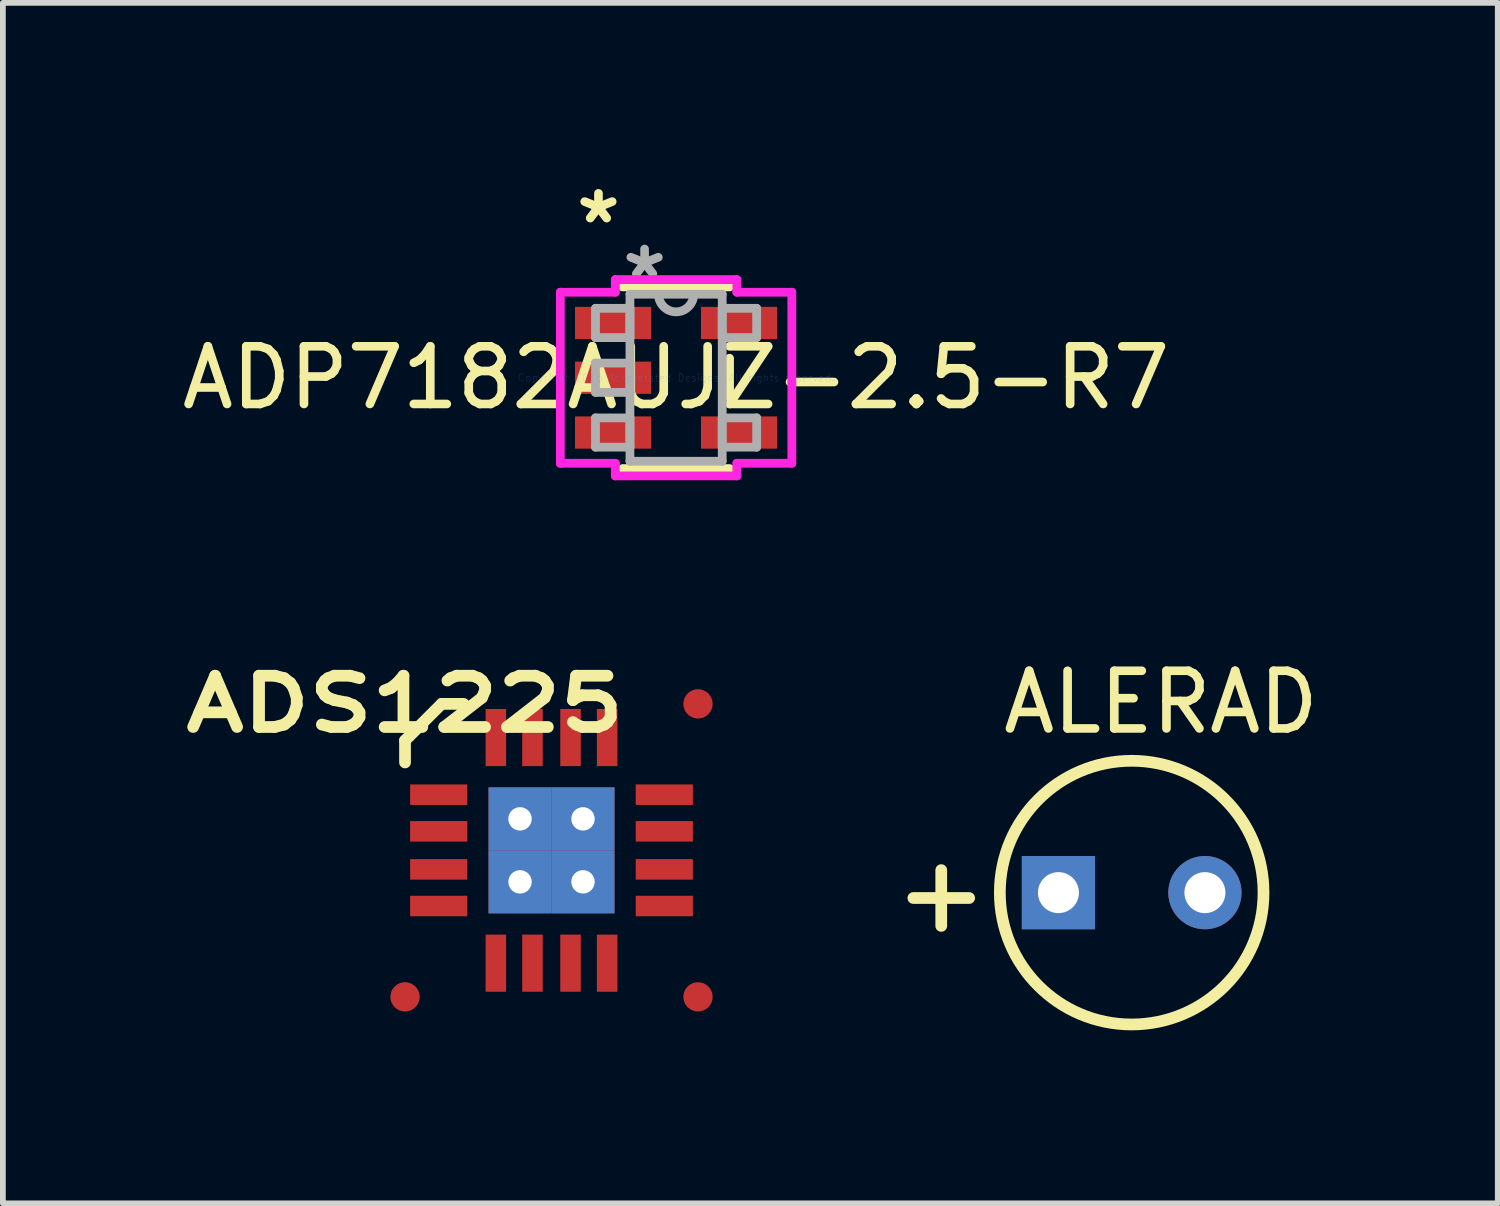
<source format=kicad_pcb>
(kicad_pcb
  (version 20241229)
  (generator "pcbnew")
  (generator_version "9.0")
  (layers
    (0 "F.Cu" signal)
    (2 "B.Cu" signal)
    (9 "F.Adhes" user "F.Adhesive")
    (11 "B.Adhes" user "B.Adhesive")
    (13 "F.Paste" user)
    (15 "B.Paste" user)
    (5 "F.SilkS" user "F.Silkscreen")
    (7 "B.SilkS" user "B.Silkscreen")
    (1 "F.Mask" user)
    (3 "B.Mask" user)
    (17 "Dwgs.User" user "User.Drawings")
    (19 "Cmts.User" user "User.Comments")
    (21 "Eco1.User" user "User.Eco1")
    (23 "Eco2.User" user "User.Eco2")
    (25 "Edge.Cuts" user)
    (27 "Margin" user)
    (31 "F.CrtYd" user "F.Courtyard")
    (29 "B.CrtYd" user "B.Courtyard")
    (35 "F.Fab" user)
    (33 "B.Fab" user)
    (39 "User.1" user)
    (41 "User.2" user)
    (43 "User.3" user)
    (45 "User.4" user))
  (footprint "ADP7182AUJZ-2.5-R7"
    (layer "F.Cu")
    (at 8.673 3.5)
    (property "Reference" "ADP7182AUJZ-2.5-R7" (at 0 0 0) (layer "F.SilkS") (effects (font (size 1 1) (thickness 0.15))))
    (attr through_hole)
    (fp_line (start -0.927 1.575) (end 0.927 1.575) (stroke (width 0.152) (type solid)) (layer "F.SilkS"))
    (fp_line (start 0.927 -1.575) (end -0.927 -1.575) (stroke (width 0.152) (type solid)) (layer "F.SilkS"))
    (fp_line (start 0.927 0.338) (end 0.927 -0.338) (stroke (width 0.152) (type solid)) (layer "F.SilkS"))
    (fp_line (start -2.007 -1.483) (end -1.054 -1.483) (stroke (width 0.152) (type solid)) (layer "F.CrtYd"))
    (fp_line (start -2.007 1.483) (end -2.007 -1.483) (stroke (width 0.152) (type solid)) (layer "F.CrtYd"))
    (fp_line (start -1.054 -1.702) (end 1.054 -1.702) (stroke (width 0.152) (type solid)) (layer "F.CrtYd"))
    (fp_line (start -1.054 -1.483) (end -1.054 -1.702) (stroke (width 0.152) (type solid)) (layer "F.CrtYd"))
    (fp_line (start -1.054 1.483) (end -2.007 1.483) (stroke (width 0.152) (type solid)) (layer "F.CrtYd"))
    (fp_line (start -1.054 1.702) (end -1.054 1.483) (stroke (width 0.152) (type solid)) (layer "F.CrtYd"))
    (fp_line (start 1.054 -1.702) (end 1.054 -1.483) (stroke (width 0.152) (type solid)) (layer "F.CrtYd"))
    (fp_line (start 1.054 -1.483) (end 2.007 -1.483) (stroke (width 0.152) (type solid)) (layer "F.CrtYd"))
    (fp_line (start 1.054 1.483) (end 1.054 1.702) (stroke (width 0.152) (type solid)) (layer "F.CrtYd"))
    (fp_line (start 1.054 1.702) (end -1.054 1.702) (stroke (width 0.152) (type solid)) (layer "F.CrtYd"))
    (fp_line (start 2.007 -1.483) (end 2.007 1.483) (stroke (width 0.152) (type solid)) (layer "F.CrtYd"))
    (fp_line (start 2.007 1.483) (end 1.054 1.483) (stroke (width 0.152) (type solid)) (layer "F.CrtYd"))
    (fp_line (start -1.397 -1.204) (end -1.397 -0.696) (stroke (width 0.152) (type solid)) (layer "F.Fab"))
    (fp_line (start -1.397 -0.696) (end -0.8 -0.696) (stroke (width 0.152) (type solid)) (layer "F.Fab"))
    (fp_line (start -1.397 -0.254) (end -1.397 0.254) (stroke (width 0.152) (type solid)) (layer "F.Fab"))
    (fp_line (start -1.397 0.254) (end -0.8 0.254) (stroke (width 0.152) (type solid)) (layer "F.Fab"))
    (fp_line (start -1.397 0.696) (end -1.397 1.204) (stroke (width 0.152) (type solid)) (layer "F.Fab"))
    (fp_line (start -1.397 1.204) (end -0.8 1.204) (stroke (width 0.152) (type solid)) (layer "F.Fab"))
    (fp_line (start -0.8 -1.448) (end -0.8 1.448) (stroke (width 0.152) (type solid)) (layer "F.Fab"))
    (fp_line (start -0.8 -1.204) (end -1.397 -1.204) (stroke (width 0.152) (type solid)) (layer "F.Fab"))
    (fp_line (start -0.8 -0.696) (end -0.8 -1.204) (stroke (width 0.152) (type solid)) (layer "F.Fab"))
    (fp_line (start -0.8 -0.254) (end -1.397 -0.254) (stroke (width 0.152) (type solid)) (layer "F.Fab"))
    (fp_line (start -0.8 0.254) (end -0.8 -0.254) (stroke (width 0.152) (type solid)) (layer "F.Fab"))
    (fp_line (start -0.8 0.696) (end -1.397 0.696) (stroke (width 0.152) (type solid)) (layer "F.Fab"))
    (fp_line (start -0.8 1.204) (end -0.8 0.696) (stroke (width 0.152) (type solid)) (layer "F.Fab"))
    (fp_line (start -0.8 1.448) (end 0.8 1.448) (stroke (width 0.152) (type solid)) (layer "F.Fab"))
    (fp_line (start 0.8 -1.448) (end -0.8 -1.448) (stroke (width 0.152) (type solid)) (layer "F.Fab"))
    (fp_line (start 0.8 -1.204) (end 0.8 -0.696) (stroke (width 0.152) (type solid)) (layer "F.Fab"))
    (fp_line (start 0.8 -0.696) (end 1.397 -0.696) (stroke (width 0.152) (type solid)) (layer "F.Fab"))
    (fp_line (start 0.8 0.696) (end 0.8 1.204) (stroke (width 0.152) (type solid)) (layer "F.Fab"))
    (fp_line (start 0.8 1.204) (end 1.397 1.204) (stroke (width 0.152) (type solid)) (layer "F.Fab"))
    (fp_line (start 0.8 1.448) (end 0.8 -1.448) (stroke (width 0.152) (type solid)) (layer "F.Fab"))
    (fp_line (start 1.397 -1.204) (end 0.8 -1.204) (stroke (width 0.152) (type solid)) (layer "F.Fab"))
    (fp_line (start 1.397 -0.696) (end 1.397 -1.204) (stroke (width 0.152) (type solid)) (layer "F.Fab"))
    (fp_line (start 1.397 0.696) (end 0.8 0.696) (stroke (width 0.152) (type solid)) (layer "F.Fab"))
    (fp_line (start 1.397 1.204) (end 1.397 0.696) (stroke (width 0.152) (type solid)) (layer "F.Fab"))
    (fp_arc (start 0.3048 -1.4478) (mid 0 -1.143) (end -0.3048 -1.4478) (stroke (width 0.1524) (type solid)) (layer "F.Fab"))
    (fp_text user "*" (at -1.346 -2.652 0) (layer "F.SilkS") (effects (font (size 1 1) (thickness 0.15))))
    (fp_text user "Copyright 2016 Accelerated Designs. All rights reserved." (at 0 0 0) (layer "Cmts.User") (effects (font (size 0.127 0.127) (thickness 0.002))))
    (fp_text user "*" (at -0.546 -1.687 0) (layer "F.Fab") (effects (font (size 1 1) (thickness 0.15))))
    (pad "1" smd rect (at -1.092 -0.95) (size 1.321 0.559) (layers "F.Cu" "F.Mask" "F.Paste"))
    (pad "2" smd rect (at -1.092 0) (size 1.321 0.559) (layers "F.Cu" "F.Mask" "F.Paste"))
    (pad "3" smd rect (at -1.092 0.95) (size 1.321 0.559) (layers "F.Cu" "F.Mask" "F.Paste"))
    (pad "4" smd rect (at 1.092 0.95) (size 1.321 0.559) (layers "F.Cu" "F.Mask" "F.Paste"))
    (pad "5" smd rect (at 1.092 -0.95) (size 1.321 0.559) (layers "F.Cu" "F.Mask" "F.Paste")))
  (footprint "ALERAD"
    (layer "F.Cu")
    (at 15.303 12.428)
    (property "Reference" "ALERAD" (at 1.778 -3.302 0) (layer "F.SilkS") (effects (font (size 1 1) (thickness 0.15))))
    (attr through_hole)
    (fp_circle (center 1.27 0) (end 3.556 0) (stroke (width 0.203) (type solid)) (fill no) (layer "F.SilkS"))
    (fp_circle (center 1.27 0) (end 3.556 0) (stroke (width 0.203) (type solid)) (fill no) (layer "Eco1.User"))
    (fp_text user "+" (at -2.032 0 0) (layer "F.SilkS") (effects (font (size 1.27 1.27) (thickness 0.203))))
    (pad "1" thru_hole rect (at 0 0) (size 1.27 1.27) (drill 0.711) (layers "*.Cu" "*.Mask"))
    (pad "2" thru_hole circle (at 2.54 0) (size 1.27 1.27) (drill 0.711) (layers "*.Cu" "*.Mask")))
  (footprint "ADS1225"
    (layer "F.Cu")
    (at 6.513 11.695)
    (property "Reference" "ADS1225" (at -2.54 -2.54 0) (layer "F.SilkS") (effects (font (size 0.889 1.143) (thickness 0.203))))
    (attr smd)
    (fp_line (start -2.54 -1.905) (end -2.54 -1.524) (stroke (width 0.203) (type solid)) (layer "F.SilkS"))
    (fp_line (start -1.905 -2.54) (end -2.54 -1.905) (stroke (width 0.203) (type solid)) (layer "F.SilkS"))
    (fp_line (start -1.524 -2.54) (end -1.905 -2.54) (stroke (width 0.203) (type solid)) (layer "F.SilkS"))
    (fp_line (start -2.54 -1.88) (end -2.54 -1.524) (stroke (width 0.203) (type solid)) (layer "Eco1.User"))
    (fp_line (start -1.905 -2.54) (end -2.54 -1.88) (stroke (width 0.203) (type solid)) (layer "Eco1.User"))
    (fp_line (start -1.524 -2.54) (end -1.905 -2.54) (stroke (width 0.203) (type solid)) (layer "Eco1.User"))
    (pad "1" smd rect (at -1.956 -0.965) (size 0.991 0.356) (layers "F.Cu" "F.Mask" "F.Paste" "Eco1.User"))
    (pad "2" smd rect (at -1.956 -0.33) (size 0.991 0.356) (layers "F.Cu" "F.Mask" "F.Paste" "Eco1.User"))
    (pad "3" smd rect (at -1.956 0.33) (size 0.991 0.356) (layers "F.Cu" "F.Mask" "F.Paste" "Eco1.User"))
    (pad "4" smd rect (at -1.956 0.965) (size 0.991 0.356) (layers "F.Cu" "F.Mask" "F.Paste" "Eco1.User"))
    (pad "5" smd rect (at -0.965 1.956) (size 0.356 0.991) (layers "F.Cu" "F.Mask" "F.Paste" "Eco1.User"))
    (pad "6" smd rect (at -0.33 1.956) (size 0.356 0.991) (layers "F.Cu" "F.Mask" "F.Paste" "Eco1.User"))
    (pad "7" smd rect (at 0.33 1.956) (size 0.356 0.991) (layers "F.Cu" "F.Mask" "F.Paste" "Eco1.User"))
    (pad "8" smd rect (at 0.965 1.956) (size 0.356 0.991) (layers "F.Cu" "F.Mask" "F.Paste" "Eco1.User"))
    (pad "9" smd rect (at 1.956 0.965) (size 0.991 0.356) (layers "F.Cu" "F.Mask" "F.Paste" "Eco1.User"))
    (pad "10" smd rect (at 1.956 0.33) (size 0.991 0.356) (layers "F.Cu" "F.Mask" "F.Paste" "Eco1.User"))
    (pad "11" smd rect (at 1.956 -0.33) (size 0.991 0.356) (layers "F.Cu" "F.Mask" "F.Paste" "Eco1.User"))
    (pad "12" smd rect (at 1.956 -0.965) (size 0.991 0.356) (layers "F.Cu" "F.Mask" "F.Paste" "Eco1.User"))
    (pad "13" smd rect (at 0.965 -1.956) (size 0.356 0.991) (layers "F.Cu" "F.Mask" "F.Paste" "Eco1.User"))
    (pad "14" smd rect (at 0.33 -1.956) (size 0.356 0.991) (layers "F.Cu" "F.Mask" "F.Paste" "Eco1.User"))
    (pad "15" smd rect (at -0.33 -1.956) (size 0.356 0.991) (layers "F.Cu" "F.Mask" "F.Paste" "Eco1.User"))
    (pad "16" smd rect (at -0.965 -1.956) (size 0.356 0.991) (layers "F.Cu" "F.Mask" "F.Paste" "Eco1.User"))
    (pad "17" thru_hole rect (at -0.546 -0.546) (size 1.092 1.092) (drill 0.406) (layers "*.Cu" "*.Mask" "F.Paste"))
    (pad "17" thru_hole rect (at -0.546 0.546) (size 1.092 1.092) (drill 0.406) (layers "*.Cu" "*.Mask" "F.Paste"))
    (pad "17" thru_hole rect (at 0.546 -0.546) (size 1.092 1.092) (drill 0.406) (layers "*.Cu" "*.Mask" "F.Paste"))
    (pad "17" thru_hole rect (at 0.546 0.546) (size 1.092 1.092) (drill 0.406) (layers "*.Cu" "*.Mask" "F.Paste"))
    (pad "18" smd circle (at 2.54 -2.54) (size 0.508 0.508) (layers "F.Cu" "F.Mask"))
    (pad "19" smd circle (at 2.54 2.54) (size 0.508 0.508) (layers "F.Cu" "F.Mask"))
    (pad "20" smd circle (at -2.54 2.54) (size 0.508 0.508) (layers "F.Cu" "F.Mask")))
  (gr_rect
    (start -3 -3)
    (end 22.921 17.816)
    (stroke (width 0.1) (type default))
    (fill no)
    (layer "Edge.Cuts")))
</source>
